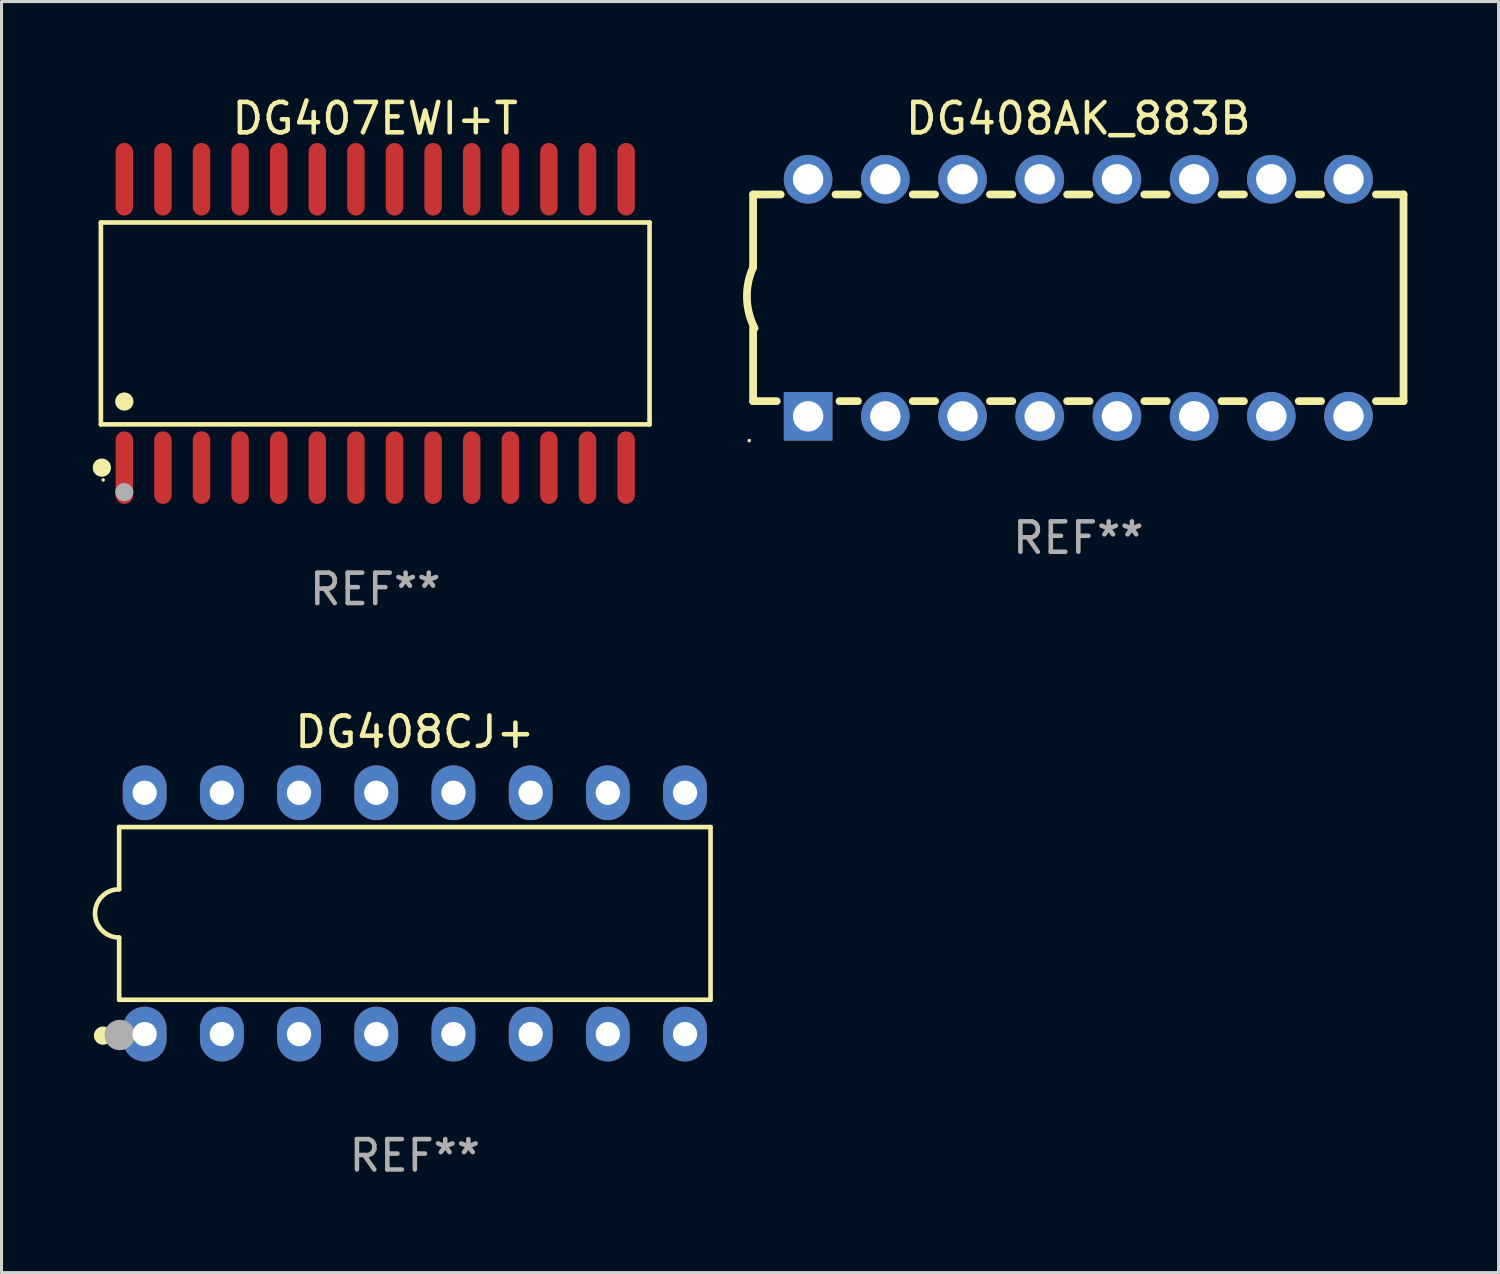
<source format=kicad_pcb>
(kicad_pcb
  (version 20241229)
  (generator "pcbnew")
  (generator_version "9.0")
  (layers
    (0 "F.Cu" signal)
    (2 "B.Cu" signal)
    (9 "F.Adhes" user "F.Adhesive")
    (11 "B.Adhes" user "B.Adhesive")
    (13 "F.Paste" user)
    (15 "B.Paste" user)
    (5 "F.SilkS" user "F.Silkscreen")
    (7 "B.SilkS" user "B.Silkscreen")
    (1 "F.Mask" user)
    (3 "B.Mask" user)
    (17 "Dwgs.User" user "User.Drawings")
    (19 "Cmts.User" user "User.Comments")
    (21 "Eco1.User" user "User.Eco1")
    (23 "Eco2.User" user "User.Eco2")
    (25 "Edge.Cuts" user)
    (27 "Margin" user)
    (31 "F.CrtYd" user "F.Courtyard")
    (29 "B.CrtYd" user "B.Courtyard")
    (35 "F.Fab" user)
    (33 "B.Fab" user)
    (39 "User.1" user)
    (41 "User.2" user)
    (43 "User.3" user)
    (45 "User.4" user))
  (footprint "DG407EWI+T"
    (layer "F.Cu")
    (at 9.295 7.592)
    (property "Reference" "DG407EWI+T" (at 0 -6.744 0) (layer "F.SilkS") (effects (font (size 1 1) (thickness 0.15))))
    (attr through_hole)
    (fp_line (start -9.026 -3.321) (end 9.026 -3.321) (stroke (width 0.152) (type solid)) (layer "F.SilkS"))
    (fp_line (start -9.026 3.321) (end -9.026 -3.321) (stroke (width 0.152) (type solid)) (layer "F.SilkS"))
    (fp_line (start 9.026 -3.321) (end 9.026 3.321) (stroke (width 0.152) (type solid)) (layer "F.SilkS"))
    (fp_line (start 9.026 3.321) (end -9.026 3.321) (stroke (width 0.152) (type solid)) (layer "F.SilkS"))
    (fp_circle (center -8.994 4.744) (end -8.844 4.744) (stroke (width 0.3) (type solid)) (fill no) (layer "F.SilkS"))
    (fp_circle (center -8.95 5.15) (end -8.92 5.15) (stroke (width 0.06) (type solid)) (fill no) (layer "F.SilkS"))
    (fp_circle (center -8.255 2.569) (end -8.105 2.569) (stroke (width 0.3) (type solid)) (fill no) (layer "F.SilkS"))
    (fp_circle (center -8.255 5.55) (end -8.105 5.55) (stroke (width 0.3) (type solid)) (fill no) (layer "F.Fab"))
    (fp_text user "REF**" (at 0 8.744 0) (layer "F.Fab") (effects (font (size 1 1) (thickness 0.15))))
    (pad "1" smd oval (at -8.255 4.744) (size 0.574 2.388) (layers "F.Cu" "F.Mask" "F.Paste"))
    (pad "2" smd oval (at -6.985 4.744) (size 0.574 2.388) (layers "F.Cu" "F.Mask" "F.Paste"))
    (pad "3" smd oval (at -5.715 4.744) (size 0.574 2.388) (layers "F.Cu" "F.Mask" "F.Paste"))
    (pad "4" smd oval (at -4.445 4.744) (size 0.574 2.388) (layers "F.Cu" "F.Mask" "F.Paste"))
    (pad "5" smd oval (at -3.175 4.744) (size 0.574 2.388) (layers "F.Cu" "F.Mask" "F.Paste"))
    (pad "6" smd oval (at -1.905 4.744) (size 0.574 2.388) (layers "F.Cu" "F.Mask" "F.Paste"))
    (pad "7" smd oval (at -0.635 4.744) (size 0.574 2.388) (layers "F.Cu" "F.Mask" "F.Paste"))
    (pad "8" smd oval (at 0.635 4.744) (size 0.574 2.388) (layers "F.Cu" "F.Mask" "F.Paste"))
    (pad "9" smd oval (at 1.905 4.744) (size 0.574 2.388) (layers "F.Cu" "F.Mask" "F.Paste"))
    (pad "10" smd oval (at 3.175 4.744) (size 0.574 2.388) (layers "F.Cu" "F.Mask" "F.Paste"))
    (pad "11" smd oval (at 4.445 4.744) (size 0.574 2.388) (layers "F.Cu" "F.Mask" "F.Paste"))
    (pad "12" smd oval (at 5.715 4.744) (size 0.574 2.388) (layers "F.Cu" "F.Mask" "F.Paste"))
    (pad "13" smd oval (at 6.985 4.744) (size 0.574 2.388) (layers "F.Cu" "F.Mask" "F.Paste"))
    (pad "14" smd oval (at 8.255 4.744) (size 0.574 2.388) (layers "F.Cu" "F.Mask" "F.Paste"))
    (pad "15" smd oval (at 8.255 -4.744) (size 0.574 2.388) (layers "F.Cu" "F.Mask" "F.Paste"))
    (pad "16" smd oval (at 6.985 -4.744) (size 0.574 2.388) (layers "F.Cu" "F.Mask" "F.Paste"))
    (pad "17" smd oval (at 5.715 -4.744) (size 0.574 2.388) (layers "F.Cu" "F.Mask" "F.Paste"))
    (pad "18" smd oval (at 4.445 -4.744) (size 0.574 2.388) (layers "F.Cu" "F.Mask" "F.Paste"))
    (pad "19" smd oval (at 3.175 -4.744) (size 0.574 2.388) (layers "F.Cu" "F.Mask" "F.Paste"))
    (pad "20" smd oval (at 1.905 -4.744) (size 0.574 2.388) (layers "F.Cu" "F.Mask" "F.Paste"))
    (pad "21" smd oval (at 0.635 -4.744) (size 0.574 2.388) (layers "F.Cu" "F.Mask" "F.Paste"))
    (pad "22" smd oval (at -0.635 -4.744) (size 0.574 2.388) (layers "F.Cu" "F.Mask" "F.Paste"))
    (pad "23" smd oval (at -1.905 -4.744) (size 0.574 2.388) (layers "F.Cu" "F.Mask" "F.Paste"))
    (pad "24" smd oval (at -3.175 -4.744) (size 0.574 2.388) (layers "F.Cu" "F.Mask" "F.Paste"))
    (pad "25" smd oval (at -4.445 -4.744) (size 0.574 2.388) (layers "F.Cu" "F.Mask" "F.Paste"))
    (pad "26" smd oval (at -5.715 -4.744) (size 0.574 2.388) (layers "F.Cu" "F.Mask" "F.Paste"))
    (pad "27" smd oval (at -6.985 -4.744) (size 0.574 2.388) (layers "F.Cu" "F.Mask" "F.Paste"))
    (pad "28" smd oval (at -8.255 -4.744) (size 0.574 2.388) (layers "F.Cu" "F.Mask" "F.Paste")))
  (footprint "DG408CJ+"
    (layer "F.Cu")
    (at 10.599 27.003)
    (property "Reference" "DG408CJ+" (at 0 -5.97 0) (layer "F.SilkS") (effects (font (size 1 1) (thickness 0.15))))
    (attr through_hole)
    (fp_line (start -9.729 -2.841) (end -9.729 -0.794) (stroke (width 0.152) (type solid)) (layer "F.SilkS"))
    (fp_line (start -9.729 0.794) (end -9.729 2.841) (stroke (width 0.152) (type solid)) (layer "F.SilkS"))
    (fp_line (start -9.729 2.841) (end 9.729 2.841) (stroke (width 0.152) (type solid)) (layer "F.SilkS"))
    (fp_line (start 9.729 -2.841) (end -9.729 -2.841) (stroke (width 0.152) (type solid)) (layer "F.SilkS"))
    (fp_line (start 9.729 2.841) (end 9.729 -2.841) (stroke (width 0.152) (type solid)) (layer "F.SilkS"))
    (fp_arc (start -9.7287 0.793749) (mid -10.522449 0) (end -9.7287 -0.793749) (stroke (width 0.1524) (type solid)) (layer "F.SilkS"))
    (fp_circle (center -10.26 4.02) (end -10.11 4.02) (stroke (width 0.3) (type solid)) (fill no) (layer "F.SilkS"))
    (fp_circle (center -9.653 4.23) (end -9.623 4.23) (stroke (width 0.06) (type solid)) (fill no) (layer "F.SilkS"))
    (fp_circle (center -9.71 4) (end -9.46 4) (stroke (width 0.5) (type solid)) (fill no) (layer "F.Fab"))
    (fp_text user "REF**" (at 0 7.97 0) (layer "F.Fab") (effects (font (size 1 1) (thickness 0.15))))
    (pad "1" thru_hole oval (at -8.89 3.97) (size 1.44 1.8) (drill 0.8) (layers "*.Cu" "*.Mask"))
    (pad "2" thru_hole oval (at -6.35 3.97) (size 1.44 1.8) (drill 0.8) (layers "*.Cu" "*.Mask"))
    (pad "3" thru_hole oval (at -3.81 3.97) (size 1.44 1.8) (drill 0.8) (layers "*.Cu" "*.Mask"))
    (pad "4" thru_hole oval (at -1.27 3.97) (size 1.44 1.8) (drill 0.8) (layers "*.Cu" "*.Mask"))
    (pad "5" thru_hole oval (at 1.27 3.97) (size 1.44 1.8) (drill 0.8) (layers "*.Cu" "*.Mask"))
    (pad "6" thru_hole oval (at 3.81 3.97) (size 1.44 1.8) (drill 0.8) (layers "*.Cu" "*.Mask"))
    (pad "7" thru_hole oval (at 6.35 3.97) (size 1.44 1.8) (drill 0.8) (layers "*.Cu" "*.Mask"))
    (pad "8" thru_hole oval (at 8.89 3.97) (size 1.44 1.8) (drill 0.8) (layers "*.Cu" "*.Mask"))
    (pad "9" thru_hole oval (at 8.89 -3.97) (size 1.44 1.8) (drill 0.8) (layers "*.Cu" "*.Mask"))
    (pad "10" thru_hole oval (at 6.35 -3.97) (size 1.44 1.8) (drill 0.8) (layers "*.Cu" "*.Mask"))
    (pad "11" thru_hole oval (at 3.81 -3.97) (size 1.44 1.8) (drill 0.8) (layers "*.Cu" "*.Mask"))
    (pad "12" thru_hole oval (at 1.27 -3.97) (size 1.44 1.8) (drill 0.8) (layers "*.Cu" "*.Mask"))
    (pad "13" thru_hole oval (at -1.27 -3.97) (size 1.44 1.8) (drill 0.8) (layers "*.Cu" "*.Mask"))
    (pad "14" thru_hole oval (at -3.81 -3.97) (size 1.44 1.8) (drill 0.8) (layers "*.Cu" "*.Mask"))
    (pad "15" thru_hole oval (at -6.35 -3.97) (size 1.44 1.8) (drill 0.8) (layers "*.Cu" "*.Mask"))
    (pad "16" thru_hole oval (at -8.89 -3.97) (size 1.44 1.8) (drill 0.8) (layers "*.Cu" "*.Mask")))
  (footprint "DG408AK_883B"
    (layer "F.Cu")
    (at 32.428 6.748)
    (property "Reference" "DG408AK_883B" (at 0 -5.9 0) (layer "F.SilkS") (effects (font (size 1 1) (thickness 0.15))))
    (attr through_hole)
    (fp_line (start -10.7 -3.4) (end -9.791 -3.4) (stroke (width 0.254) (type solid)) (layer "F.SilkS"))
    (fp_line (start -10.7 -0.998) (end -10.7 -3.4) (stroke (width 0.254) (type solid)) (layer "F.SilkS"))
    (fp_line (start -10.7 3.4) (end -10.7 1) (stroke (width 0.254) (type solid)) (layer "F.SilkS"))
    (fp_line (start -10.7 3.4) (end -9.921 3.4) (stroke (width 0.254) (type solid)) (layer "F.SilkS"))
    (fp_line (start -7.988 -3.4) (end -7.251 -3.4) (stroke (width 0.254) (type solid)) (layer "F.SilkS"))
    (fp_line (start -7.859 3.4) (end -7.251 3.4) (stroke (width 0.254) (type solid)) (layer "F.SilkS"))
    (fp_line (start -5.448 -3.4) (end -4.711 -3.4) (stroke (width 0.254) (type solid)) (layer "F.SilkS"))
    (fp_line (start -5.448 3.4) (end -4.711 3.4) (stroke (width 0.254) (type solid)) (layer "F.SilkS"))
    (fp_line (start -2.908 -3.4) (end -2.171 -3.4) (stroke (width 0.254) (type solid)) (layer "F.SilkS"))
    (fp_line (start -2.908 3.4) (end -2.171 3.4) (stroke (width 0.254) (type solid)) (layer "F.SilkS"))
    (fp_line (start -0.368 -3.4) (end 0.369 -3.4) (stroke (width 0.254) (type solid)) (layer "F.SilkS"))
    (fp_line (start -0.368 3.4) (end 0.369 3.4) (stroke (width 0.254) (type solid)) (layer "F.SilkS"))
    (fp_line (start 2.172 -3.4) (end 2.909 -3.4) (stroke (width 0.254) (type solid)) (layer "F.SilkS"))
    (fp_line (start 2.172 3.4) (end 2.909 3.4) (stroke (width 0.254) (type solid)) (layer "F.SilkS"))
    (fp_line (start 4.712 -3.4) (end 5.449 -3.4) (stroke (width 0.254) (type solid)) (layer "F.SilkS"))
    (fp_line (start 4.712 3.4) (end 5.449 3.4) (stroke (width 0.254) (type solid)) (layer "F.SilkS"))
    (fp_line (start 7.252 -3.4) (end 7.989 -3.4) (stroke (width 0.254) (type solid)) (layer "F.SilkS"))
    (fp_line (start 7.252 3.4) (end 7.989 3.4) (stroke (width 0.254) (type solid)) (layer "F.SilkS"))
    (fp_line (start 9.792 -3.4) (end 10.7 -3.4) (stroke (width 0.254) (type solid)) (layer "F.SilkS"))
    (fp_line (start 9.792 3.4) (end 10.7 3.4) (stroke (width 0.254) (type solid)) (layer "F.SilkS"))
    (fp_line (start 10.7 3.4) (end 10.7 -3.4) (stroke (width 0.254) (type solid)) (layer "F.SilkS"))
    (fp_arc (start -10.649962 0.99995) (mid -10.90314 0.005668) (end -10.699975 -1.000025) (stroke (width 0.254001) (type solid)) (layer "F.SilkS"))
    (fp_circle (center -10.827 4.7) (end -10.797 4.7) (stroke (width 0.06) (type solid)) (fill no) (layer "F.SilkS"))
    (fp_text user "REF**" (at 0 7.9 0) (layer "F.Fab") (effects (font (size 1 1) (thickness 0.15))))
    (pad "1" thru_hole rect (at -8.89 3.9 90) (size 1.6 1.6) (drill 1) (layers "*.Cu" "*.Mask"))
    (pad "2" thru_hole circle (at -6.35 3.9) (size 1.6 1.6) (drill 1) (layers "*.Cu" "*.Mask"))
    (pad "3" thru_hole circle (at -3.81 3.9) (size 1.6 1.6) (drill 1) (layers "*.Cu" "*.Mask"))
    (pad "4" thru_hole circle (at -1.27 3.9) (size 1.6 1.6) (drill 1) (layers "*.Cu" "*.Mask"))
    (pad "5" thru_hole circle (at 1.27 3.9) (size 1.6 1.6) (drill 1) (layers "*.Cu" "*.Mask"))
    (pad "6" thru_hole circle (at 3.81 3.9) (size 1.6 1.6) (drill 1) (layers "*.Cu" "*.Mask"))
    (pad "7" thru_hole circle (at 6.35 3.9) (size 1.6 1.6) (drill 1) (layers "*.Cu" "*.Mask"))
    (pad "8" thru_hole circle (at 8.89 3.9) (size 1.6 1.6) (drill 1) (layers "*.Cu" "*.Mask"))
    (pad "9" thru_hole circle (at 8.89 -3.9) (size 1.6 1.6) (drill 1) (layers "*.Cu" "*.Mask"))
    (pad "10" thru_hole circle (at 6.35 -3.9) (size 1.6 1.6) (drill 1) (layers "*.Cu" "*.Mask"))
    (pad "11" thru_hole circle (at 3.81 -3.9) (size 1.6 1.6) (drill 1) (layers "*.Cu" "*.Mask"))
    (pad "12" thru_hole circle (at 1.27 -3.9) (size 1.6 1.6) (drill 1) (layers "*.Cu" "*.Mask"))
    (pad "13" thru_hole circle (at -1.27 -3.9) (size 1.6 1.6) (drill 1) (layers "*.Cu" "*.Mask"))
    (pad "14" thru_hole circle (at -3.81 -3.9) (size 1.6 1.6) (drill 1) (layers "*.Cu" "*.Mask"))
    (pad "15" thru_hole circle (at -6.35 -3.9) (size 1.6 1.6) (drill 1) (layers "*.Cu" "*.Mask"))
    (pad "16" thru_hole circle (at -8.89 -3.9) (size 1.6 1.6) (drill 1) (layers "*.Cu" "*.Mask")))
  (gr_rect
    (start -3 -3)
    (end 46.255 38.821)
    (stroke (width 0.1) (type default))
    (fill no)
    (layer "Edge.Cuts")))
</source>
